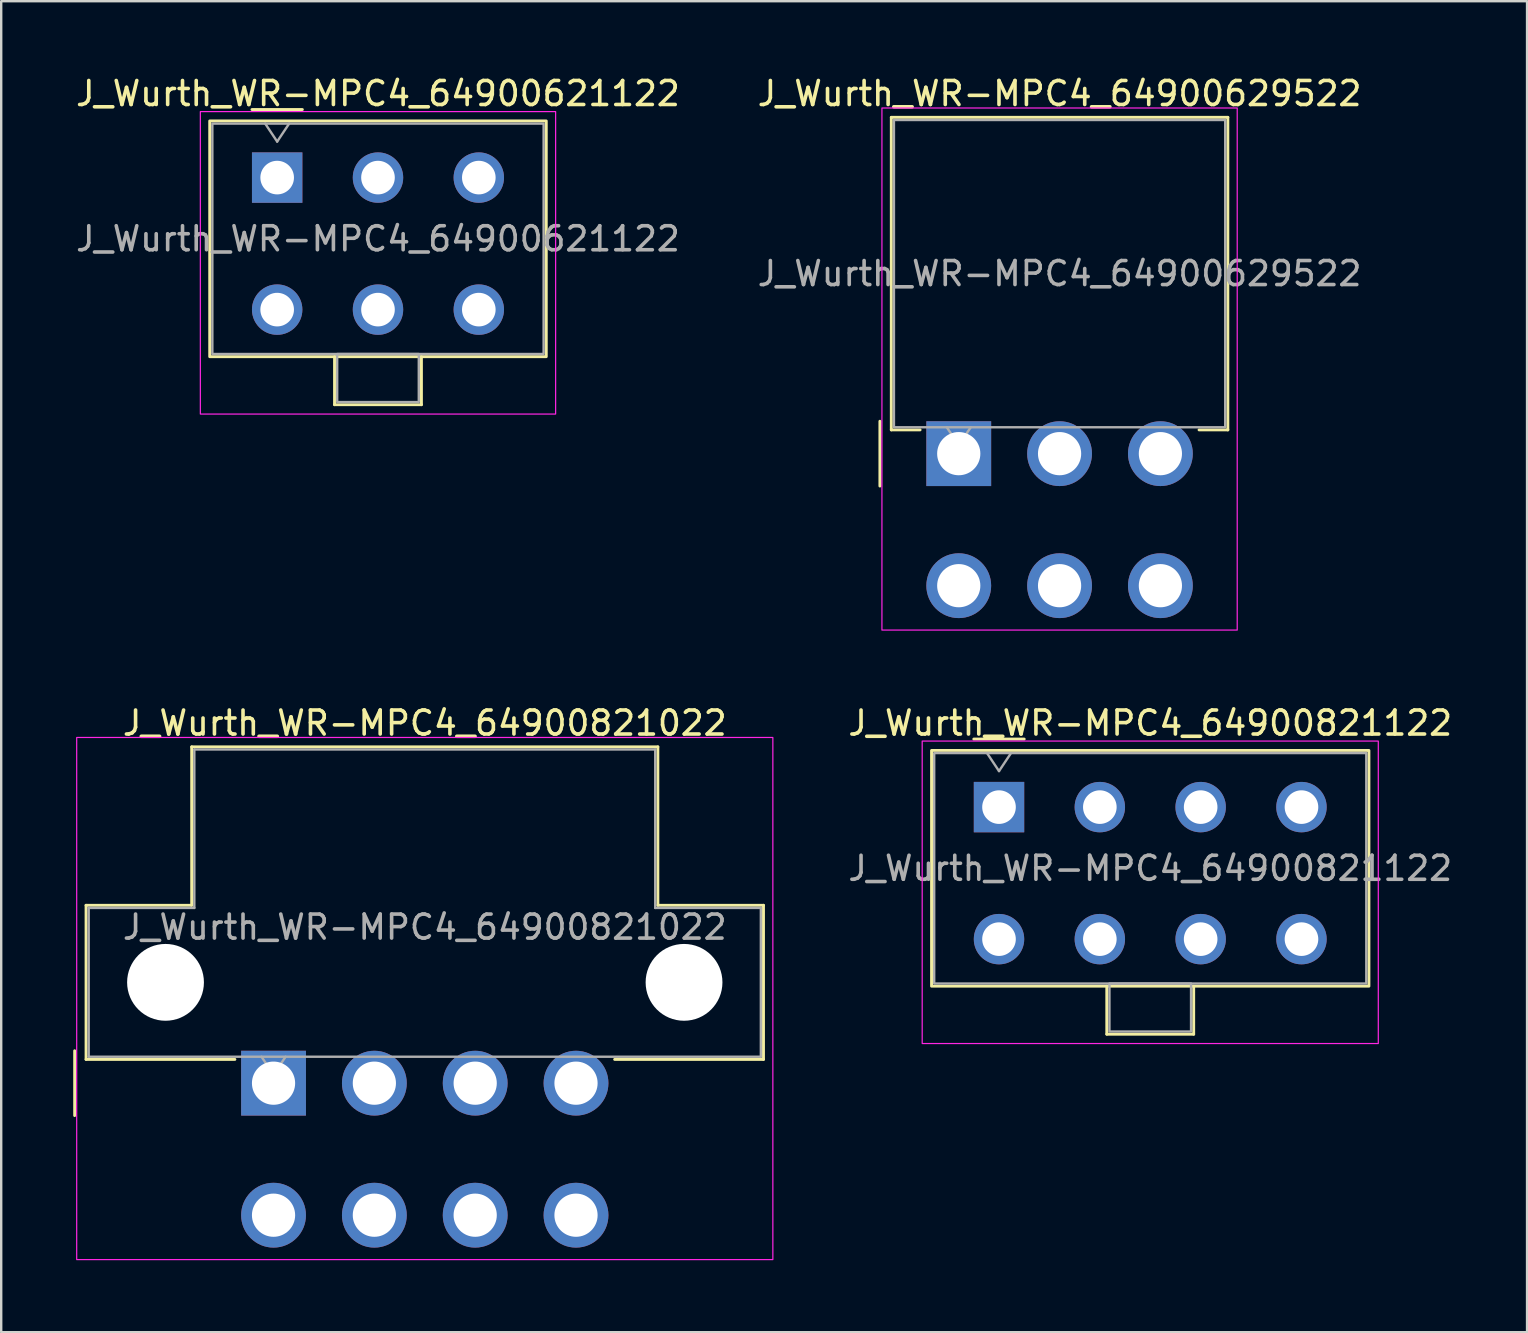
<source format=kicad_pcb>
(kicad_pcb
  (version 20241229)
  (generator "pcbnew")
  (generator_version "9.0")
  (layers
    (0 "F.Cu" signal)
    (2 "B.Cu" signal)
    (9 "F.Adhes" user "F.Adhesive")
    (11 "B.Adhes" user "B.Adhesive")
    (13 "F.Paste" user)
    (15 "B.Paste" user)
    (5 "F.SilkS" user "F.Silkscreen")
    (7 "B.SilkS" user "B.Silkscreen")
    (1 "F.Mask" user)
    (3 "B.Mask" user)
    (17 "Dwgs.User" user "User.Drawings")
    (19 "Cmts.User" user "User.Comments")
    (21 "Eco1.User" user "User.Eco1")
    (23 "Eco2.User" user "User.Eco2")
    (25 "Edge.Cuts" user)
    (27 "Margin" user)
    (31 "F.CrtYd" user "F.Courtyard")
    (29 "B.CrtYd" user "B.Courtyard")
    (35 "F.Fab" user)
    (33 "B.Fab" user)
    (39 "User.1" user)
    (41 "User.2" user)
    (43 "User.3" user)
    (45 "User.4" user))
  (footprint "J_Wurth_WR-MPC4_64900621122"
    (layer "F.Cu")
    (at 8.496 4.348)
    (property "Reference" "J_Wurth_WR-MPC4_64900621122" (at 4.2 -3.5 0) (unlocked yes) (layer "F.SilkS") (effects (font (size 1 1) (thickness 0.15))))
    (attr through_hole)
    (fp_line (start 1.05 -2.835) (end -1.05 -2.835) (stroke (width 0.12) (type solid)) (layer "F.SilkS"))
    (fp_line (start 2.39 9.46) (end 2.39 7.46) (stroke (width 0.12) (type default)) (layer "F.SilkS"))
    (fp_line (start 6.01 7.46) (end 6.01 9.46) (stroke (width 0.12) (type default)) (layer "F.SilkS"))
    (fp_line (start 6.01 9.46) (end 2.39 9.46) (stroke (width 0.12) (type default)) (layer "F.SilkS"))
    (fp_rect (start -2.81 -2.36) (end 11.21 7.46) (stroke (width 0.12) (type solid)) (fill no) (layer "F.SilkS"))
    (fp_rect (start -3.2 -2.75) (end 11.6 9.85) (stroke (width 0.05) (type solid)) (fill no) (layer "F.CrtYd"))
    (fp_line (start 0 -1.5) (end -0.5 -2.25) (stroke (width 0.1) (type solid)) (layer "F.Fab"))
    (fp_line (start 0 -1.5) (end 0.5 -2.25) (stroke (width 0.1) (type solid)) (layer "F.Fab"))
    (fp_rect (start -2.7 -2.25) (end 11.1 7.35) (stroke (width 0.1) (type solid)) (fill no) (layer "F.Fab"))
    (fp_rect (start 2.5 7.35) (end 5.9 9.35) (stroke (width 0.1) (type solid)) (fill no) (layer "F.Fab"))
    (fp_text user "${REFERENCE}" (at 4.2 2.55 0) (unlocked yes) (layer "F.Fab") (effects (font (size 1 1) (thickness 0.15))))
    (pad "1" thru_hole rect (at 0 0 180) (size 2.1 2.1) (drill 1.4) (layers "*.Cu" "*.Mask"))
    (pad "2" thru_hole circle (at 4.2 0 180) (size 2.1 2.1) (drill 1.4) (layers "*.Cu" "*.Mask"))
    (pad "3" thru_hole circle (at 8.4 0 180) (size 2.1 2.1) (drill 1.4) (layers "*.Cu" "*.Mask"))
    (pad "4" thru_hole circle (at 0 5.5 180) (size 2.1 2.1) (drill 1.4) (layers "*.Cu" "*.Mask"))
    (pad "5" thru_hole circle (at 4.2 5.5 180) (size 2.1 2.1) (drill 1.4) (layers "*.Cu" "*.Mask"))
    (pad "6" thru_hole circle (at 8.4 5.5 180) (size 2.1 2.1) (drill 1.4) (layers "*.Cu" "*.Mask")))
  (footprint "J_Wurth_WR-MPC4_64900821122"
    (layer "F.Cu")
    (at 38.566 30.572)
    (property "Reference" "J_Wurth_WR-MPC4_64900821122" (at 6.3 -3.5 0) (unlocked yes) (layer "F.SilkS") (effects (font (size 1 1) (thickness 0.15))))
    (attr through_hole)
    (fp_line (start 1.05 -2.835) (end -1.05 -2.835) (stroke (width 0.12) (type solid)) (layer "F.SilkS"))
    (fp_line (start 4.49 9.46) (end 4.49 7.46) (stroke (width 0.12) (type default)) (layer "F.SilkS"))
    (fp_line (start 8.11 7.46) (end 8.11 9.46) (stroke (width 0.12) (type default)) (layer "F.SilkS"))
    (fp_line (start 8.11 9.46) (end 4.49 9.46) (stroke (width 0.12) (type default)) (layer "F.SilkS"))
    (fp_rect (start -2.81 -2.36) (end 15.41 7.46) (stroke (width 0.12) (type solid)) (fill no) (layer "F.SilkS"))
    (fp_rect (start -3.2 -2.75) (end 15.8 9.85) (stroke (width 0.05) (type solid)) (fill no) (layer "F.CrtYd"))
    (fp_line (start 0 -1.5) (end -0.5 -2.25) (stroke (width 0.1) (type solid)) (layer "F.Fab"))
    (fp_line (start 0 -1.5) (end 0.5 -2.25) (stroke (width 0.1) (type solid)) (layer "F.Fab"))
    (fp_rect (start -2.7 -2.25) (end 15.3 7.35) (stroke (width 0.1) (type solid)) (fill no) (layer "F.Fab"))
    (fp_rect (start 4.6 7.35) (end 8 9.35) (stroke (width 0.1) (type solid)) (fill no) (layer "F.Fab"))
    (fp_text user "${REFERENCE}" (at 6.3 2.55 0) (unlocked yes) (layer "F.Fab") (effects (font (size 1 1) (thickness 0.15))))
    (pad "1" thru_hole rect (at 0 0 180) (size 2.1 2.1) (drill 1.4) (layers "*.Cu" "*.Mask"))
    (pad "2" thru_hole circle (at 4.2 0 180) (size 2.1 2.1) (drill 1.4) (layers "*.Cu" "*.Mask"))
    (pad "3" thru_hole circle (at 8.4 0 180) (size 2.1 2.1) (drill 1.4) (layers "*.Cu" "*.Mask"))
    (pad "4" thru_hole circle (at 12.6 0 180) (size 2.1 2.1) (drill 1.4) (layers "*.Cu" "*.Mask"))
    (pad "5" thru_hole circle (at 0 5.5 180) (size 2.1 2.1) (drill 1.4) (layers "*.Cu" "*.Mask"))
    (pad "6" thru_hole circle (at 4.2 5.5 180) (size 2.1 2.1) (drill 1.4) (layers "*.Cu" "*.Mask"))
    (pad "7" thru_hole circle (at 8.4 5.5 180) (size 2.1 2.1) (drill 1.4) (layers "*.Cu" "*.Mask"))
    (pad "8" thru_hole circle (at 12.6 5.5 180) (size 2.1 2.1) (drill 1.4) (layers "*.Cu" "*.Mask")))
  (footprint "J_Wurth_WR-MPC4_64900629522"
    (layer "F.Cu")
    (at 36.889 15.848)
    (property "Reference" "J_Wurth_WR-MPC4_64900629522" (at 4.2 -15 0) (unlocked yes) (layer "F.SilkS") (effects (font (size 1 1) (thickness 0.15))))
    (attr through_hole)
    (fp_line (start -3.285 -1.35) (end -3.285 1.35) (stroke (width 0.12) (type solid)) (layer "F.SilkS"))
    (fp_line (start -2.81 -14.01) (end 11.21 -14.01) (stroke (width 0.12) (type default)) (layer "F.SilkS"))
    (fp_line (start -2.81 -0.99) (end -2.81 -14.01) (stroke (width 0.12) (type default)) (layer "F.SilkS"))
    (fp_line (start -1.61 -0.99) (end -2.81 -0.99) (stroke (width 0.12) (type solid)) (layer "F.SilkS"))
    (fp_line (start 11.21 -14.01) (end 11.21 -0.99) (stroke (width 0.12) (type solid)) (layer "F.SilkS"))
    (fp_line (start 11.21 -0.99) (end 10.01 -0.99) (stroke (width 0.12) (type solid)) (layer "F.SilkS"))
    (fp_rect (start -3.2 -14.4) (end 11.6 7.35) (stroke (width 0.05) (type solid)) (fill no) (layer "F.CrtYd"))
    (fp_line (start 0 -0.35) (end -0.5 -1.1) (stroke (width 0.1) (type solid)) (layer "F.Fab"))
    (fp_line (start 0 -0.35) (end 0.5 -1.1) (stroke (width 0.1) (type solid)) (layer "F.Fab"))
    (fp_rect (start -2.7 -13.9) (end 11.1 -1.1) (stroke (width 0.1) (type solid)) (fill no) (layer "F.Fab"))
    (fp_text user "${REFERENCE}" (at 4.2 -7.5 0) (unlocked yes) (layer "F.Fab") (effects (font (size 1 1) (thickness 0.15))))
    (pad "1" thru_hole rect (at 0 0 180) (size 2.7 2.7) (drill 1.8) (layers "*.Cu" "*.Mask"))
    (pad "2" thru_hole circle (at 4.2 0 180) (size 2.7 2.7) (drill 1.8) (layers "*.Cu" "*.Mask"))
    (pad "3" thru_hole circle (at 8.4 0 180) (size 2.7 2.7) (drill 1.8) (layers "*.Cu" "*.Mask"))
    (pad "4" thru_hole circle (at 0 5.5 180) (size 2.7 2.7) (drill 1.8) (layers "*.Cu" "*.Mask"))
    (pad "5" thru_hole circle (at 4.2 5.5 180) (size 2.7 2.7) (drill 1.8) (layers "*.Cu" "*.Mask"))
    (pad "6" thru_hole circle (at 8.4 5.5 180) (size 2.7 2.7) (drill 1.8) (layers "*.Cu" "*.Mask")))
  (footprint "J_Wurth_WR-MPC4_64900821022"
    (layer "F.Cu")
    (at 8.345 42.072)
    (property "Reference" "J_Wurth_WR-MPC4_64900821022" (at 6.3 -15 0) (unlocked yes) (layer "F.SilkS") (effects (font (size 1 1) (thickness 0.15))))
    (attr through_hole)
    (fp_line (start -8.285 -1.35) (end -8.285 1.35) (stroke (width 0.12) (type solid)) (layer "F.SilkS"))
    (fp_line (start -7.81 -7.41) (end -3.41 -7.41) (stroke (width 0.12) (type default)) (layer "F.SilkS"))
    (fp_line (start -7.81 -0.99) (end -7.81 -7.41) (stroke (width 0.12) (type default)) (layer "F.SilkS"))
    (fp_line (start -7.81 -0.99) (end -1.61 -0.99) (stroke (width 0.12) (type solid)) (layer "F.SilkS"))
    (fp_line (start -3.41 -14.01) (end -3.41 -7.41) (stroke (width 0.12) (type solid)) (layer "F.SilkS"))
    (fp_line (start 14.21 -0.99) (end 20.41 -0.99) (stroke (width 0.12) (type solid)) (layer "F.SilkS"))
    (fp_line (start 16.01 -14.01) (end -3.41 -14.01) (stroke (width 0.12) (type solid)) (layer "F.SilkS"))
    (fp_line (start 16.01 -7.41) (end 16.01 -14.01) (stroke (width 0.12) (type solid)) (layer "F.SilkS"))
    (fp_line (start 20.41 -7.41) (end 16.01 -7.41) (stroke (width 0.12) (type default)) (layer "F.SilkS"))
    (fp_line (start 20.41 -0.99) (end 20.41 -7.41) (stroke (width 0.12) (type default)) (layer "F.SilkS"))
    (fp_rect (start -8.2 -14.4) (end 20.8 7.35) (stroke (width 0.05) (type solid)) (fill no) (layer "F.CrtYd"))
    (fp_line (start -7.7 -1.1) (end -7.7 -7.3) (stroke (width 0.1) (type default)) (layer "F.Fab"))
    (fp_line (start -7.7 -1.1) (end 20.3 -1.1) (stroke (width 0.1) (type solid)) (layer "F.Fab"))
    (fp_line (start -3.3 -13.9) (end -3.3 -7.3) (stroke (width 0.1) (type solid)) (layer "F.Fab"))
    (fp_line (start -3.3 -7.3) (end -7.7 -7.3) (stroke (width 0.1) (type default)) (layer "F.Fab"))
    (fp_line (start 0 -0.35) (end -0.5 -1.1) (stroke (width 0.1) (type solid)) (layer "F.Fab"))
    (fp_line (start 0 -0.35) (end 0.5 -1.1) (stroke (width 0.1) (type solid)) (layer "F.Fab"))
    (fp_line (start 15.9 -13.9) (end -3.3 -13.9) (stroke (width 0.1) (type default)) (layer "F.Fab"))
    (fp_line (start 15.9 -7.3) (end 15.9 -13.9) (stroke (width 0.1) (type solid)) (layer "F.Fab"))
    (fp_line (start 15.9 -7.3) (end 20.3 -7.3) (stroke (width 0.1) (type default)) (layer "F.Fab"))
    (fp_line (start 20.3 -1.1) (end 20.3 -7.3) (stroke (width 0.1) (type default)) (layer "F.Fab"))
    (fp_text user "${REFERENCE}" (at 6.3 -6.5 0) (unlocked yes) (layer "F.Fab") (effects (font (size 1 1) (thickness 0.15))))
    (pad "" np_thru_hole circle (at -4.5 -4.2) (size 3.2 3.2) (drill 3.2) (layers "*.Cu" "*.Mask"))
    (pad "" np_thru_hole circle (at 17.1 -4.2) (size 3.2 3.2) (drill 3.2) (layers "*.Cu" "*.Mask"))
    (pad "1" thru_hole rect (at 0 0 180) (size 2.7 2.7) (drill 1.8) (layers "*.Cu" "*.Mask"))
    (pad "2" thru_hole circle (at 4.2 0 180) (size 2.7 2.7) (drill 1.8) (layers "*.Cu" "*.Mask"))
    (pad "3" thru_hole circle (at 8.4 0 180) (size 2.7 2.7) (drill 1.8) (layers "*.Cu" "*.Mask"))
    (pad "4" thru_hole circle (at 12.6 0 180) (size 2.7 2.7) (drill 1.8) (layers "*.Cu" "*.Mask"))
    (pad "5" thru_hole circle (at 0 5.5 180) (size 2.7 2.7) (drill 1.8) (layers "*.Cu" "*.Mask"))
    (pad "6" thru_hole circle (at 4.2 5.5 180) (size 2.7 2.7) (drill 1.8) (layers "*.Cu" "*.Mask"))
    (pad "7" thru_hole circle (at 8.4 5.5 180) (size 2.7 2.7) (drill 1.8) (layers "*.Cu" "*.Mask"))
    (pad "8" thru_hole circle (at 12.6 5.5 180) (size 2.7 2.7) (drill 1.8) (layers "*.Cu" "*.Mask")))
  (gr_rect
    (start -3 -3)
    (end 60.563 52.447)
    (stroke (width 0.1) (type default))
    (fill no)
    (layer "Edge.Cuts")))
</source>
